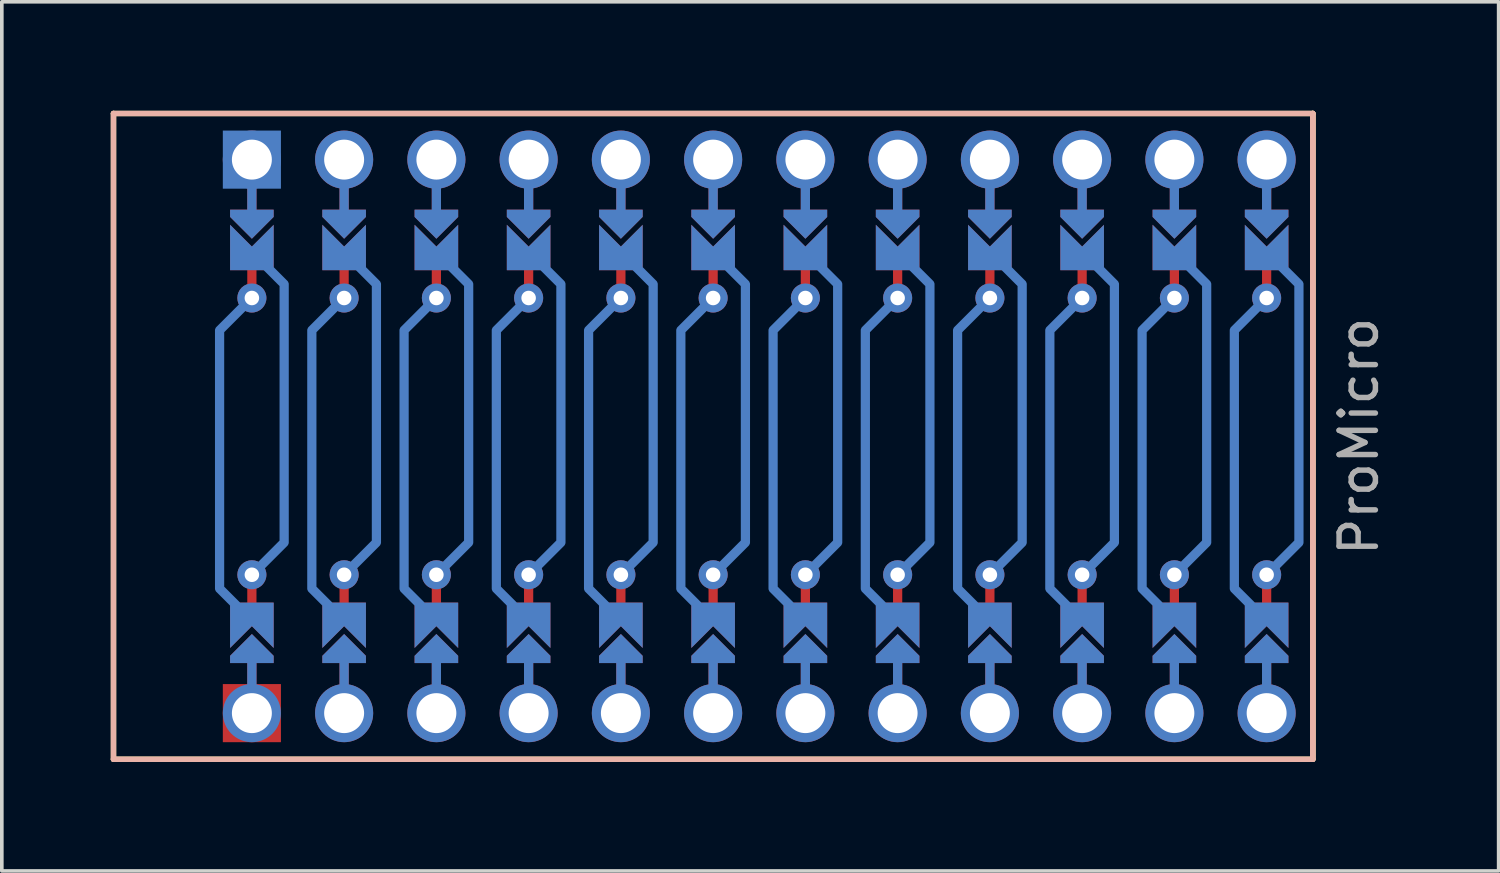
<source format=kicad_pcb>
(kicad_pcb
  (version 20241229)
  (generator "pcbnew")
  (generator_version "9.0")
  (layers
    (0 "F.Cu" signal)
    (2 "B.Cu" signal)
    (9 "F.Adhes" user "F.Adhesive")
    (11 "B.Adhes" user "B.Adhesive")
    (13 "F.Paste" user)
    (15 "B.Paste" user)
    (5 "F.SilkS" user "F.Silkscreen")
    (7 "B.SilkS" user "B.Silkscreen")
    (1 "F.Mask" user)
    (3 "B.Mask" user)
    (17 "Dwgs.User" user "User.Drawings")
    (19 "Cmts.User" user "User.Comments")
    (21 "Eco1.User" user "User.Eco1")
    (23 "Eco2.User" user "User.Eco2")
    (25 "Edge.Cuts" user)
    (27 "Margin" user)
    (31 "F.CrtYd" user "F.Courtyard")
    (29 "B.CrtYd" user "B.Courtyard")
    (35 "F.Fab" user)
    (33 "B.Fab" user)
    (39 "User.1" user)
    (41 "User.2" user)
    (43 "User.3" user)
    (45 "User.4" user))
  (footprint "ProMicro"
    (layer "F.Cu")
    (at 17.855 8.965)
    (property "Reference" "ProMicro" (at 16.51 -0.000001 90) (layer "F.Fab") (effects (font (size 1 1) (thickness 0.15))))
    (attr through_hole exclude_from_bom)
    (fp_line (start -13.97 -7.62) (end -13.97 -5.842) (stroke (width 0.254) (type default)) (layer "F.Cu"))
    (fp_line (start -13.97 7.62) (end -13.97 5.842) (stroke (width 0.254) (type default)) (layer "F.Cu"))
    (fp_line (start -11.43 -7.62) (end -11.43 -5.842) (stroke (width 0.254) (type default)) (layer "F.Cu"))
    (fp_line (start -11.43 7.62) (end -11.43 5.842) (stroke (width 0.254) (type default)) (layer "F.Cu"))
    (fp_line (start -8.89 -7.62) (end -8.89 -5.842) (stroke (width 0.254) (type default)) (layer "F.Cu"))
    (fp_line (start -8.89 7.62) (end -8.89 5.842) (stroke (width 0.254) (type default)) (layer "F.Cu"))
    (fp_line (start -6.35 -7.62) (end -6.35 -5.842) (stroke (width 0.254) (type default)) (layer "F.Cu"))
    (fp_line (start -6.35 7.62) (end -6.35 5.842) (stroke (width 0.254) (type default)) (layer "F.Cu"))
    (fp_line (start -3.81 -7.62) (end -3.81 -5.842) (stroke (width 0.254) (type default)) (layer "F.Cu"))
    (fp_line (start -3.81 7.62) (end -3.81 5.842) (stroke (width 0.254) (type default)) (layer "F.Cu"))
    (fp_line (start -1.27 -7.62) (end -1.27 -5.842) (stroke (width 0.254) (type default)) (layer "F.Cu"))
    (fp_line (start -1.27 7.62) (end -1.27 5.842) (stroke (width 0.254) (type default)) (layer "F.Cu"))
    (fp_line (start 1.27 -7.62) (end 1.27 -5.842) (stroke (width 0.254) (type default)) (layer "F.Cu"))
    (fp_line (start 1.27 7.62) (end 1.27 5.842) (stroke (width 0.254) (type default)) (layer "F.Cu"))
    (fp_line (start 3.81 -7.62) (end 3.81 -5.842) (stroke (width 0.254) (type default)) (layer "F.Cu"))
    (fp_line (start 3.81 7.62) (end 3.81 5.842) (stroke (width 0.254) (type default)) (layer "F.Cu"))
    (fp_line (start 6.35 -7.62) (end 6.35 -5.842) (stroke (width 0.254) (type default)) (layer "F.Cu"))
    (fp_line (start 6.35 7.62) (end 6.35 5.842) (stroke (width 0.254) (type default)) (layer "F.Cu"))
    (fp_line (start 8.89 -7.62) (end 8.89 -5.842) (stroke (width 0.254) (type default)) (layer "F.Cu"))
    (fp_line (start 8.89 7.62) (end 8.89 5.842) (stroke (width 0.254) (type default)) (layer "F.Cu"))
    (fp_line (start 11.43 -7.62) (end 11.43 -5.842) (stroke (width 0.254) (type default)) (layer "F.Cu"))
    (fp_line (start 11.43 7.62) (end 11.43 5.842) (stroke (width 0.254) (type default)) (layer "F.Cu"))
    (fp_line (start 13.97 -7.62) (end 13.97 -5.842) (stroke (width 0.254) (type default)) (layer "F.Cu"))
    (fp_line (start 13.97 7.62) (end 13.97 5.842) (stroke (width 0.254) (type default)) (layer "F.Cu"))
    (fp_poly (pts (xy -14.478 5.08) (xy -13.462 5.08) (xy -13.462 6.096) (xy -14.478 6.096)) (stroke (width 0.2) (type solid)) (fill yes) (layer "F.Mask"))
    (fp_poly (pts (xy -13.462 -5.08) (xy -14.478 -5.08) (xy -14.478 -6.096) (xy -13.462 -6.096)) (stroke (width 0.2) (type solid)) (fill yes) (layer "F.Mask"))
    (fp_poly (pts (xy -11.938 5.08) (xy -10.922 5.08) (xy -10.922 6.096) (xy -11.938 6.096)) (stroke (width 0.2) (type solid)) (fill yes) (layer "F.Mask"))
    (fp_poly (pts (xy -10.922 -5.08) (xy -11.938 -5.08) (xy -11.938 -6.096) (xy -10.922 -6.096)) (stroke (width 0.2) (type solid)) (fill yes) (layer "F.Mask"))
    (fp_poly (pts (xy -9.398 5.08) (xy -8.382 5.08) (xy -8.382 6.096) (xy -9.398 6.096)) (stroke (width 0.2) (type solid)) (fill yes) (layer "F.Mask"))
    (fp_poly (pts (xy -8.382 -5.08) (xy -9.398 -5.08) (xy -9.398 -6.096) (xy -8.382 -6.096)) (stroke (width 0.2) (type solid)) (fill yes) (layer "F.Mask"))
    (fp_poly (pts (xy -6.858 5.08) (xy -5.842 5.08) (xy -5.842 6.096) (xy -6.858 6.096)) (stroke (width 0.2) (type solid)) (fill yes) (layer "F.Mask"))
    (fp_poly (pts (xy -5.842 -5.08) (xy -6.858 -5.08) (xy -6.858 -6.096) (xy -5.842 -6.096)) (stroke (width 0.2) (type solid)) (fill yes) (layer "F.Mask"))
    (fp_poly (pts (xy -4.318 5.08) (xy -3.302 5.08) (xy -3.302 6.096) (xy -4.318 6.096)) (stroke (width 0.2) (type solid)) (fill yes) (layer "F.Mask"))
    (fp_poly (pts (xy -3.302 -5.08) (xy -4.318 -5.08) (xy -4.318 -6.096) (xy -3.302 -6.096)) (stroke (width 0.2) (type solid)) (fill yes) (layer "F.Mask"))
    (fp_poly (pts (xy -1.778 5.08) (xy -0.762 5.08) (xy -0.762 6.096) (xy -1.778 6.096)) (stroke (width 0.2) (type solid)) (fill yes) (layer "F.Mask"))
    (fp_poly (pts (xy -0.762 -5.08) (xy -1.778 -5.08) (xy -1.778 -6.096) (xy -0.762 -6.096)) (stroke (width 0.2) (type solid)) (fill yes) (layer "F.Mask"))
    (fp_poly (pts (xy 0.762 5.08) (xy 1.778 5.08) (xy 1.778 6.096) (xy 0.762 6.096)) (stroke (width 0.2) (type solid)) (fill yes) (layer "F.Mask"))
    (fp_poly (pts (xy 1.778 -5.08) (xy 0.762 -5.08) (xy 0.762 -6.096) (xy 1.778 -6.096)) (stroke (width 0.2) (type solid)) (fill yes) (layer "F.Mask"))
    (fp_poly (pts (xy 3.302 5.08) (xy 4.318 5.08) (xy 4.318 6.096) (xy 3.302 6.096)) (stroke (width 0.2) (type solid)) (fill yes) (layer "F.Mask"))
    (fp_poly (pts (xy 4.318 -5.08) (xy 3.302 -5.08) (xy 3.302 -6.096) (xy 4.318 -6.096)) (stroke (width 0.2) (type solid)) (fill yes) (layer "F.Mask"))
    (fp_poly (pts (xy 5.842 5.08) (xy 6.858 5.08) (xy 6.858 6.096) (xy 5.842 6.096)) (stroke (width 0.2) (type solid)) (fill yes) (layer "F.Mask"))
    (fp_poly (pts (xy 6.858 -5.08) (xy 5.842 -5.08) (xy 5.842 -6.096) (xy 6.858 -6.096)) (stroke (width 0.2) (type solid)) (fill yes) (layer "F.Mask"))
    (fp_poly (pts (xy 8.382 5.08) (xy 9.398 5.08) (xy 9.398 6.096) (xy 8.382 6.096)) (stroke (width 0.2) (type solid)) (fill yes) (layer "F.Mask"))
    (fp_poly (pts (xy 9.398 -5.08) (xy 8.382 -5.08) (xy 8.382 -6.096) (xy 9.398 -6.096)) (stroke (width 0.2) (type solid)) (fill yes) (layer "F.Mask"))
    (fp_poly (pts (xy 10.922 5.08) (xy 11.938 5.08) (xy 11.938 6.096) (xy 10.922 6.096)) (stroke (width 0.2) (type solid)) (fill yes) (layer "F.Mask"))
    (fp_poly (pts (xy 11.938 -5.08) (xy 10.922 -5.08) (xy 10.922 -6.096) (xy 11.938 -6.096)) (stroke (width 0.2) (type solid)) (fill yes) (layer "F.Mask"))
    (fp_poly (pts (xy 13.462 5.08) (xy 14.478 5.08) (xy 14.478 6.096) (xy 13.462 6.096)) (stroke (width 0.2) (type solid)) (fill yes) (layer "F.Mask"))
    (fp_poly (pts (xy 14.478 -5.08) (xy 13.462 -5.08) (xy 13.462 -6.096) (xy 14.478 -6.096)) (stroke (width 0.2) (type solid)) (fill yes) (layer "F.Mask"))
    (fp_line (start -13.97 -7.62) (end -13.97 -5.842) (stroke (width 0.254) (type default)) (layer "B.Cu"))
    (fp_line (start -13.97 7.62) (end -13.97 5.842) (stroke (width 0.254) (type default)) (layer "B.Cu"))
    (fp_line (start -11.43 -7.62) (end -11.43 -5.842) (stroke (width 0.254) (type default)) (layer "B.Cu"))
    (fp_line (start -11.43 7.62) (end -11.43 5.842) (stroke (width 0.254) (type default)) (layer "B.Cu"))
    (fp_line (start -8.89 -7.62) (end -8.89 -5.842) (stroke (width 0.254) (type default)) (layer "B.Cu"))
    (fp_line (start -8.89 7.62) (end -8.89 5.842) (stroke (width 0.254) (type default)) (layer "B.Cu"))
    (fp_line (start -6.35 -7.62) (end -6.35 -5.842) (stroke (width 0.254) (type default)) (layer "B.Cu"))
    (fp_line (start -6.35 7.62) (end -6.35 5.842) (stroke (width 0.254) (type default)) (layer "B.Cu"))
    (fp_line (start -3.81 -7.62) (end -3.81 -5.842) (stroke (width 0.254) (type default)) (layer "B.Cu"))
    (fp_line (start -3.81 7.62) (end -3.81 5.842) (stroke (width 0.254) (type default)) (layer "B.Cu"))
    (fp_line (start -1.27 -7.62) (end -1.27 -5.842) (stroke (width 0.254) (type default)) (layer "B.Cu"))
    (fp_line (start -1.27 7.62) (end -1.27 5.842) (stroke (width 0.254) (type default)) (layer "B.Cu"))
    (fp_line (start 1.27 -7.62) (end 1.27 -5.842) (stroke (width 0.254) (type default)) (layer "B.Cu"))
    (fp_line (start 1.27 7.62) (end 1.27 5.842) (stroke (width 0.254) (type default)) (layer "B.Cu"))
    (fp_line (start 3.81 -7.62) (end 3.81 -5.842) (stroke (width 0.254) (type default)) (layer "B.Cu"))
    (fp_line (start 3.81 7.62) (end 3.81 5.842) (stroke (width 0.254) (type default)) (layer "B.Cu"))
    (fp_line (start 6.35 -7.62) (end 6.35 -5.842) (stroke (width 0.254) (type default)) (layer "B.Cu"))
    (fp_line (start 6.35 7.62) (end 6.35 5.842) (stroke (width 0.254) (type default)) (layer "B.Cu"))
    (fp_line (start 8.89 -7.62) (end 8.89 -5.842) (stroke (width 0.254) (type default)) (layer "B.Cu"))
    (fp_line (start 8.89 7.62) (end 8.89 5.842) (stroke (width 0.254) (type default)) (layer "B.Cu"))
    (fp_line (start 11.43 -7.62) (end 11.43 -5.842) (stroke (width 0.254) (type default)) (layer "B.Cu"))
    (fp_line (start 11.43 7.62) (end 11.43 5.842) (stroke (width 0.254) (type default)) (layer "B.Cu"))
    (fp_line (start 13.97 -7.62) (end 13.97 -5.842) (stroke (width 0.254) (type default)) (layer "B.Cu"))
    (fp_line (start 13.97 7.62) (end 13.97 5.842) (stroke (width 0.254) (type default)) (layer "B.Cu"))
    (fp_poly (pts (xy -14.478 5.08) (xy -13.462 5.08) (xy -13.462 6.096) (xy -14.478 6.096)) (stroke (width 0.2) (type solid)) (fill yes) (layer "B.Mask"))
    (fp_poly (pts (xy -13.462 -5.08) (xy -14.478 -5.08) (xy -14.478 -6.096) (xy -13.462 -6.096)) (stroke (width 0.2) (type solid)) (fill yes) (layer "B.Mask"))
    (fp_poly (pts (xy -11.938 5.08) (xy -10.922 5.08) (xy -10.922 6.096) (xy -11.938 6.096)) (stroke (width 0.2) (type solid)) (fill yes) (layer "B.Mask"))
    (fp_poly (pts (xy -10.922 -5.08) (xy -11.938 -5.08) (xy -11.938 -6.096) (xy -10.922 -6.096)) (stroke (width 0.2) (type solid)) (fill yes) (layer "B.Mask"))
    (fp_poly (pts (xy -9.398 5.08) (xy -8.382 5.08) (xy -8.382 6.096) (xy -9.398 6.096)) (stroke (width 0.2) (type solid)) (fill yes) (layer "B.Mask"))
    (fp_poly (pts (xy -8.382 -5.08) (xy -9.398 -5.08) (xy -9.398 -6.096) (xy -8.382 -6.096)) (stroke (width 0.2) (type solid)) (fill yes) (layer "B.Mask"))
    (fp_poly (pts (xy -6.858 5.08) (xy -5.842 5.08) (xy -5.842 6.096) (xy -6.858 6.096)) (stroke (width 0.2) (type solid)) (fill yes) (layer "B.Mask"))
    (fp_poly (pts (xy -5.842 -5.08) (xy -6.858 -5.08) (xy -6.858 -6.096) (xy -5.842 -6.096)) (stroke (width 0.2) (type solid)) (fill yes) (layer "B.Mask"))
    (fp_poly (pts (xy -4.318 5.08) (xy -3.302 5.08) (xy -3.302 6.096) (xy -4.318 6.096)) (stroke (width 0.2) (type solid)) (fill yes) (layer "B.Mask"))
    (fp_poly (pts (xy -3.302 -5.08) (xy -4.318 -5.08) (xy -4.318 -6.096) (xy -3.302 -6.096)) (stroke (width 0.2) (type solid)) (fill yes) (layer "B.Mask"))
    (fp_poly (pts (xy -1.778 5.08) (xy -0.762 5.08) (xy -0.762 6.096) (xy -1.778 6.096)) (stroke (width 0.2) (type solid)) (fill yes) (layer "B.Mask"))
    (fp_poly (pts (xy -0.762 -5.08) (xy -1.778 -5.08) (xy -1.778 -6.096) (xy -0.762 -6.096)) (stroke (width 0.2) (type solid)) (fill yes) (layer "B.Mask"))
    (fp_poly (pts (xy 0.762 5.08) (xy 1.778 5.08) (xy 1.778 6.096) (xy 0.762 6.096)) (stroke (width 0.2) (type solid)) (fill yes) (layer "B.Mask"))
    (fp_poly (pts (xy 1.778 -5.08) (xy 0.762 -5.08) (xy 0.762 -6.096) (xy 1.778 -6.096)) (stroke (width 0.2) (type solid)) (fill yes) (layer "B.Mask"))
    (fp_poly (pts (xy 3.302 5.08) (xy 4.318 5.08) (xy 4.318 6.096) (xy 3.302 6.096)) (stroke (width 0.2) (type solid)) (fill yes) (layer "B.Mask"))
    (fp_poly (pts (xy 4.318 -5.08) (xy 3.302 -5.08) (xy 3.302 -6.096) (xy 4.318 -6.096)) (stroke (width 0.2) (type solid)) (fill yes) (layer "B.Mask"))
    (fp_poly (pts (xy 5.842 5.08) (xy 6.858 5.08) (xy 6.858 6.096) (xy 5.842 6.096)) (stroke (width 0.2) (type solid)) (fill yes) (layer "B.Mask"))
    (fp_poly (pts (xy 6.858 -5.08) (xy 5.842 -5.08) (xy 5.842 -6.096) (xy 6.858 -6.096)) (stroke (width 0.2) (type solid)) (fill yes) (layer "B.Mask"))
    (fp_poly (pts (xy 8.382 5.08) (xy 9.398 5.08) (xy 9.398 6.096) (xy 8.382 6.096)) (stroke (width 0.2) (type solid)) (fill yes) (layer "B.Mask"))
    (fp_poly (pts (xy 9.398 -5.08) (xy 8.382 -5.08) (xy 8.382 -6.096) (xy 9.398 -6.096)) (stroke (width 0.2) (type solid)) (fill yes) (layer "B.Mask"))
    (fp_poly (pts (xy 10.922 5.08) (xy 11.938 5.08) (xy 11.938 6.096) (xy 10.922 6.096)) (stroke (width 0.2) (type solid)) (fill yes) (layer "B.Mask"))
    (fp_poly (pts (xy 11.938 -5.08) (xy 10.922 -5.08) (xy 10.922 -6.096) (xy 11.938 -6.096)) (stroke (width 0.2) (type solid)) (fill yes) (layer "B.Mask"))
    (fp_poly (pts (xy 13.462 5.08) (xy 14.478 5.08) (xy 14.478 6.096) (xy 13.462 6.096)) (stroke (width 0.2) (type solid)) (fill yes) (layer "B.Mask"))
    (fp_poly (pts (xy 14.478 -5.08) (xy 13.462 -5.08) (xy 13.462 -6.096) (xy 14.478 -6.096)) (stroke (width 0.2) (type solid)) (fill yes) (layer "B.Mask"))
    (fp_line (start -17.78 -8.89) (end 15.24 -8.89) (stroke (width 0.15) (type solid)) (layer "F.SilkS"))
    (fp_line (start -17.78 8.89) (end -17.78 -8.89) (stroke (width 0.15) (type solid)) (layer "F.SilkS"))
    (fp_line (start -17.78 8.89) (end 15.24 8.89) (stroke (width 0.15) (type solid)) (layer "F.SilkS"))
    (fp_line (start 15.24 -8.89) (end 15.24 8.89) (stroke (width 0.15) (type solid)) (layer "F.SilkS"))
    (fp_line (start 15.24 -8.89) (end 15.24 8.89) (stroke (width 0.15) (type solid)) (layer "F.SilkS"))
    (fp_line (start -17.78 -8.89) (end 15.24 -8.89) (stroke (width 0.15) (type solid)) (layer "B.SilkS"))
    (fp_line (start -17.78 8.89) (end -17.78 -8.89) (stroke (width 0.15) (type solid)) (layer "B.SilkS"))
    (fp_line (start -17.78 8.89) (end 15.24 8.89) (stroke (width 0.15) (type solid)) (layer "B.SilkS"))
    (fp_line (start 15.24 -8.89) (end 15.24 8.89) (stroke (width 0.15) (type solid)) (layer "B.SilkS"))
    (fp_line (start 15.24 -8.89) (end 15.24 8.89) (stroke (width 0.15) (type solid)) (layer "B.SilkS"))
    (pad "" thru_hole circle (at -13.97 -7.62) (size 1.6 1.6) (drill 1.1) (layers "*.Cu" "*.Paste" "*.Mask"))
    (pad "" smd rect (at -13.97 -7.62) (size 1.6 1.6) (layers "B.Cu" "B.Mask" "B.Paste"))
    (pad "" smd custom (at -13.97 -5.842) (size 0.1 0.1) (layers "F.Cu" "F.Mask") (options (anchor rect)) (primitives (gr_poly (pts (xy 0.6 -0.4) (xy -0.6 -0.4) (xy -0.6 -0.2) (xy 0 0.4) (xy 0.6 -0.2)) (width 0) (fill yes))))
    (pad "" smd custom (at -13.97 -5.842) (size 0.1 0.1) (layers "B.Cu" "B.Mask") (options (anchor rect)) (primitives (gr_poly (pts (xy 0.6 -0.4) (xy -0.6 -0.4) (xy -0.6 -0.2) (xy 0 0.4) (xy 0.6 -0.2)) (width 0) (fill yes))))
    (pad "" smd custom (at -13.97 5.842 180) (size 0.1 0.1) (layers "F.Cu" "F.Mask") (options (anchor rect)) (primitives (gr_poly (pts (xy 0.6 -0.4) (xy -0.6 -0.4) (xy -0.6 -0.2) (xy 0 0.4) (xy 0.6 -0.2)) (width 0) (fill yes))))
    (pad "" smd custom (at -13.97 5.842 180) (size 0.1 0.1) (layers "B.Cu" "B.Mask") (options (anchor rect)) (primitives (gr_poly (pts (xy 0.6 -0.4) (xy -0.6 -0.4) (xy -0.6 -0.2) (xy 0 0.4) (xy 0.6 -0.2)) (width 0) (fill yes))))
    (pad "" thru_hole circle (at -13.97 7.62) (size 1.6 1.6) (drill 1.1) (layers "*.Cu" "*.Paste" "*.Mask"))
    (pad "" smd rect (at -13.97 7.62 270) (size 1.6 1.6) (layers "F.Cu" "F.Mask" "F.Paste"))
    (pad "" thru_hole circle (at -11.43 -7.62) (size 1.6 1.6) (drill 1.1) (layers "*.Cu" "*.Paste" "*.Mask"))
    (pad "" smd custom (at -11.43 -5.842) (size 0.1 0.1) (layers "F.Cu" "F.Mask") (options (anchor rect)) (primitives (gr_poly (pts (xy 0.6 -0.4) (xy -0.6 -0.4) (xy -0.6 -0.2) (xy 0 0.4) (xy 0.6 -0.2)) (width 0) (fill yes))))
    (pad "" smd custom (at -11.43 -5.842) (size 0.1 0.1) (layers "B.Cu" "B.Mask") (options (anchor rect)) (primitives (gr_poly (pts (xy 0.6 -0.4) (xy -0.6 -0.4) (xy -0.6 -0.2) (xy 0 0.4) (xy 0.6 -0.2)) (width 0) (fill yes))))
    (pad "" smd custom (at -11.43 5.842 180) (size 0.1 0.1) (layers "F.Cu" "F.Mask") (options (anchor rect)) (primitives (gr_poly (pts (xy 0.6 -0.4) (xy -0.6 -0.4) (xy -0.6 -0.2) (xy 0 0.4) (xy 0.6 -0.2)) (width 0) (fill yes))))
    (pad "" smd custom (at -11.43 5.842 180) (size 0.1 0.1) (layers "B.Cu" "B.Mask") (options (anchor rect)) (primitives (gr_poly (pts (xy 0.6 -0.4) (xy -0.6 -0.4) (xy -0.6 -0.2) (xy 0 0.4) (xy 0.6 -0.2)) (width 0) (fill yes))))
    (pad "" thru_hole circle (at -11.43 7.62) (size 1.6 1.6) (drill 1.1) (layers "*.Cu" "*.Paste" "*.Mask"))
    (pad "" thru_hole circle (at -8.89 -7.62) (size 1.6 1.6) (drill 1.1) (layers "*.Cu" "*.Paste" "*.Mask"))
    (pad "" smd custom (at -8.89 -5.842) (size 0.1 0.1) (layers "F.Cu" "F.Mask") (options (anchor rect)) (primitives (gr_poly (pts (xy 0.6 -0.4) (xy -0.6 -0.4) (xy -0.6 -0.2) (xy 0 0.4) (xy 0.6 -0.2)) (width 0) (fill yes))))
    (pad "" smd custom (at -8.89 -5.842) (size 0.1 0.1) (layers "B.Cu" "B.Mask") (options (anchor rect)) (primitives (gr_poly (pts (xy 0.6 -0.4) (xy -0.6 -0.4) (xy -0.6 -0.2) (xy 0 0.4) (xy 0.6 -0.2)) (width 0) (fill yes))))
    (pad "" smd custom (at -8.89 5.842 180) (size 0.1 0.1) (layers "F.Cu" "F.Mask") (options (anchor rect)) (primitives (gr_poly (pts (xy 0.6 -0.4) (xy -0.6 -0.4) (xy -0.6 -0.2) (xy 0 0.4) (xy 0.6 -0.2)) (width 0) (fill yes))))
    (pad "" smd custom (at -8.89 5.842 180) (size 0.1 0.1) (layers "B.Cu" "B.Mask") (options (anchor rect)) (primitives (gr_poly (pts (xy 0.6 -0.4) (xy -0.6 -0.4) (xy -0.6 -0.2) (xy 0 0.4) (xy 0.6 -0.2)) (width 0) (fill yes))))
    (pad "" thru_hole circle (at -8.89 7.62) (size 1.6 1.6) (drill 1.1) (layers "*.Cu" "*.Paste" "*.Mask"))
    (pad "" thru_hole circle (at -6.35 -7.62) (size 1.6 1.6) (drill 1.1) (layers "*.Cu" "*.Paste" "*.Mask"))
    (pad "" smd custom (at -6.35 -5.842) (size 0.1 0.1) (layers "F.Cu" "F.Mask") (options (anchor rect)) (primitives (gr_poly (pts (xy 0.6 -0.4) (xy -0.6 -0.4) (xy -0.6 -0.2) (xy 0 0.4) (xy 0.6 -0.2)) (width 0) (fill yes))))
    (pad "" smd custom (at -6.35 -5.842) (size 0.1 0.1) (layers "B.Cu" "B.Mask") (options (anchor rect)) (primitives (gr_poly (pts (xy 0.6 -0.4) (xy -0.6 -0.4) (xy -0.6 -0.2) (xy 0 0.4) (xy 0.6 -0.2)) (width 0) (fill yes))))
    (pad "" smd custom (at -6.35 5.842 180) (size 0.1 0.1) (layers "F.Cu" "F.Mask") (options (anchor rect)) (primitives (gr_poly (pts (xy 0.6 -0.4) (xy -0.6 -0.4) (xy -0.6 -0.2) (xy 0 0.4) (xy 0.6 -0.2)) (width 0) (fill yes))))
    (pad "" smd custom (at -6.35 5.842 180) (size 0.1 0.1) (layers "B.Cu" "B.Mask") (options (anchor rect)) (primitives (gr_poly (pts (xy 0.6 -0.4) (xy -0.6 -0.4) (xy -0.6 -0.2) (xy 0 0.4) (xy 0.6 -0.2)) (width 0) (fill yes))))
    (pad "" thru_hole circle (at -6.35 7.62) (size 1.6 1.6) (drill 1.1) (layers "*.Cu" "*.Paste" "*.Mask"))
    (pad "" thru_hole circle (at -3.81 -7.62) (size 1.6 1.6) (drill 1.1) (layers "*.Cu" "*.Paste" "*.Mask"))
    (pad "" smd custom (at -3.81 -5.842) (size 0.1 0.1) (layers "F.Cu" "F.Mask") (options (anchor rect)) (primitives (gr_poly (pts (xy 0.6 -0.4) (xy -0.6 -0.4) (xy -0.6 -0.2) (xy 0 0.4) (xy 0.6 -0.2)) (width 0) (fill yes))))
    (pad "" smd custom (at -3.81 -5.842) (size 0.1 0.1) (layers "B.Cu" "B.Mask") (options (anchor rect)) (primitives (gr_poly (pts (xy 0.6 -0.4) (xy -0.6 -0.4) (xy -0.6 -0.2) (xy 0 0.4) (xy 0.6 -0.2)) (width 0) (fill yes))))
    (pad "" smd custom (at -3.81 5.842 180) (size 0.1 0.1) (layers "F.Cu" "F.Mask") (options (anchor rect)) (primitives (gr_poly (pts (xy 0.6 -0.4) (xy -0.6 -0.4) (xy -0.6 -0.2) (xy 0 0.4) (xy 0.6 -0.2)) (width 0) (fill yes))))
    (pad "" smd custom (at -3.81 5.842 180) (size 0.1 0.1) (layers "B.Cu" "B.Mask") (options (anchor rect)) (primitives (gr_poly (pts (xy 0.6 -0.4) (xy -0.6 -0.4) (xy -0.6 -0.2) (xy 0 0.4) (xy 0.6 -0.2)) (width 0) (fill yes))))
    (pad "" thru_hole circle (at -3.81 7.62) (size 1.6 1.6) (drill 1.1) (layers "*.Cu" "*.Paste" "*.Mask"))
    (pad "" thru_hole circle (at -1.27 -7.62) (size 1.6 1.6) (drill 1.1) (layers "*.Cu" "*.Paste" "*.Mask"))
    (pad "" smd custom (at -1.27 -5.842) (size 0.1 0.1) (layers "F.Cu" "F.Mask") (options (anchor rect)) (primitives (gr_poly (pts (xy 0.6 -0.4) (xy -0.6 -0.4) (xy -0.6 -0.2) (xy 0 0.4) (xy 0.6 -0.2)) (width 0) (fill yes))))
    (pad "" smd custom (at -1.27 -5.842) (size 0.1 0.1) (layers "B.Cu" "B.Mask") (options (anchor rect)) (primitives (gr_poly (pts (xy 0.6 -0.4) (xy -0.6 -0.4) (xy -0.6 -0.2) (xy 0 0.4) (xy 0.6 -0.2)) (width 0) (fill yes))))
    (pad "" smd custom (at -1.27 5.842 180) (size 0.1 0.1) (layers "F.Cu" "F.Mask") (options (anchor rect)) (primitives (gr_poly (pts (xy 0.6 -0.4) (xy -0.6 -0.4) (xy -0.6 -0.2) (xy 0 0.4) (xy 0.6 -0.2)) (width 0) (fill yes))))
    (pad "" smd custom (at -1.27 5.842 180) (size 0.1 0.1) (layers "B.Cu" "B.Mask") (options (anchor rect)) (primitives (gr_poly (pts (xy 0.6 -0.4) (xy -0.6 -0.4) (xy -0.6 -0.2) (xy 0 0.4) (xy 0.6 -0.2)) (width 0) (fill yes))))
    (pad "" thru_hole circle (at -1.27 7.62) (size 1.6 1.6) (drill 1.1) (layers "*.Cu" "*.Paste" "*.Mask"))
    (pad "" thru_hole circle (at 1.27 -7.62) (size 1.6 1.6) (drill 1.1) (layers "*.Cu" "*.Paste" "*.Mask"))
    (pad "" smd custom (at 1.27 -5.842) (size 0.1 0.1) (layers "F.Cu" "F.Mask") (options (anchor rect)) (primitives (gr_poly (pts (xy 0.6 -0.4) (xy -0.6 -0.4) (xy -0.6 -0.2) (xy 0 0.4) (xy 0.6 -0.2)) (width 0) (fill yes))))
    (pad "" smd custom (at 1.27 -5.842) (size 0.1 0.1) (layers "B.Cu" "B.Mask") (options (anchor rect)) (primitives (gr_poly (pts (xy 0.6 -0.4) (xy -0.6 -0.4) (xy -0.6 -0.2) (xy 0 0.4) (xy 0.6 -0.2)) (width 0) (fill yes))))
    (pad "" smd custom (at 1.27 5.842 180) (size 0.1 0.1) (layers "F.Cu" "F.Mask") (options (anchor rect)) (primitives (gr_poly (pts (xy 0.6 -0.4) (xy -0.6 -0.4) (xy -0.6 -0.2) (xy 0 0.4) (xy 0.6 -0.2)) (width 0) (fill yes))))
    (pad "" smd custom (at 1.27 5.842 180) (size 0.1 0.1) (layers "B.Cu" "B.Mask") (options (anchor rect)) (primitives (gr_poly (pts (xy 0.6 -0.4) (xy -0.6 -0.4) (xy -0.6 -0.2) (xy 0 0.4) (xy 0.6 -0.2)) (width 0) (fill yes))))
    (pad "" thru_hole circle (at 1.27 7.62) (size 1.6 1.6) (drill 1.1) (layers "*.Cu" "*.Paste" "*.Mask"))
    (pad "" thru_hole circle (at 3.81 -7.62) (size 1.6 1.6) (drill 1.1) (layers "*.Cu" "*.Paste" "*.Mask"))
    (pad "" smd custom (at 3.81 -5.842) (size 0.1 0.1) (layers "F.Cu" "F.Mask") (options (anchor rect)) (primitives (gr_poly (pts (xy 0.6 -0.4) (xy -0.6 -0.4) (xy -0.6 -0.2) (xy 0 0.4) (xy 0.6 -0.2)) (width 0) (fill yes))))
    (pad "" smd custom (at 3.81 -5.842) (size 0.1 0.1) (layers "B.Cu" "B.Mask") (options (anchor rect)) (primitives (gr_poly (pts (xy 0.6 -0.4) (xy -0.6 -0.4) (xy -0.6 -0.2) (xy 0 0.4) (xy 0.6 -0.2)) (width 0) (fill yes))))
    (pad "" smd custom (at 3.81 5.842 180) (size 0.1 0.1) (layers "F.Cu" "F.Mask") (options (anchor rect)) (primitives (gr_poly (pts (xy 0.6 -0.4) (xy -0.6 -0.4) (xy -0.6 -0.2) (xy 0 0.4) (xy 0.6 -0.2)) (width 0) (fill yes))))
    (pad "" smd custom (at 3.81 5.842 180) (size 0.1 0.1) (layers "B.Cu" "B.Mask") (options (anchor rect)) (primitives (gr_poly (pts (xy 0.6 -0.4) (xy -0.6 -0.4) (xy -0.6 -0.2) (xy 0 0.4) (xy 0.6 -0.2)) (width 0) (fill yes))))
    (pad "" thru_hole circle (at 3.81 7.62) (size 1.6 1.6) (drill 1.1) (layers "*.Cu" "*.Paste" "*.Mask"))
    (pad "" thru_hole circle (at 6.35 -7.62) (size 1.6 1.6) (drill 1.1) (layers "*.Cu" "*.Paste" "*.Mask"))
    (pad "" smd custom (at 6.35 -5.842) (size 0.1 0.1) (layers "F.Cu" "F.Mask") (options (anchor rect)) (primitives (gr_poly (pts (xy 0.6 -0.4) (xy -0.6 -0.4) (xy -0.6 -0.2) (xy 0 0.4) (xy 0.6 -0.2)) (width 0) (fill yes))))
    (pad "" smd custom (at 6.35 -5.842) (size 0.1 0.1) (layers "B.Cu" "B.Mask") (options (anchor rect)) (primitives (gr_poly (pts (xy 0.6 -0.4) (xy -0.6 -0.4) (xy -0.6 -0.2) (xy 0 0.4) (xy 0.6 -0.2)) (width 0) (fill yes))))
    (pad "" smd custom (at 6.35 5.842 180) (size 0.1 0.1) (layers "F.Cu" "F.Mask") (options (anchor rect)) (primitives (gr_poly (pts (xy 0.6 -0.4) (xy -0.6 -0.4) (xy -0.6 -0.2) (xy 0 0.4) (xy 0.6 -0.2)) (width 0) (fill yes))))
    (pad "" smd custom (at 6.35 5.842 180) (size 0.1 0.1) (layers "B.Cu" "B.Mask") (options (anchor rect)) (primitives (gr_poly (pts (xy 0.6 -0.4) (xy -0.6 -0.4) (xy -0.6 -0.2) (xy 0 0.4) (xy 0.6 -0.2)) (width 0) (fill yes))))
    (pad "" thru_hole circle (at 6.35 7.62) (size 1.6 1.6) (drill 1.1) (layers "*.Cu" "*.Paste" "*.Mask"))
    (pad "" thru_hole circle (at 8.89 -7.62) (size 1.6 1.6) (drill 1.1) (layers "*.Cu" "*.Paste" "*.Mask"))
    (pad "" smd custom (at 8.89 -5.842) (size 0.1 0.1) (layers "F.Cu" "F.Mask") (options (anchor rect)) (primitives (gr_poly (pts (xy 0.6 -0.4) (xy -0.6 -0.4) (xy -0.6 -0.2) (xy 0 0.4) (xy 0.6 -0.2)) (width 0) (fill yes))))
    (pad "" smd custom (at 8.89 -5.842) (size 0.1 0.1) (layers "B.Cu" "B.Mask") (options (anchor rect)) (primitives (gr_poly (pts (xy 0.6 -0.4) (xy -0.6 -0.4) (xy -0.6 -0.2) (xy 0 0.4) (xy 0.6 -0.2)) (width 0) (fill yes))))
    (pad "" smd custom (at 8.89 5.842 180) (size 0.1 0.1) (layers "F.Cu" "F.Mask") (options (anchor rect)) (primitives (gr_poly (pts (xy 0.6 -0.4) (xy -0.6 -0.4) (xy -0.6 -0.2) (xy 0 0.4) (xy 0.6 -0.2)) (width 0) (fill yes))))
    (pad "" smd custom (at 8.89 5.842 180) (size 0.1 0.1) (layers "B.Cu" "B.Mask") (options (anchor rect)) (primitives (gr_poly (pts (xy 0.6 -0.4) (xy -0.6 -0.4) (xy -0.6 -0.2) (xy 0 0.4) (xy 0.6 -0.2)) (width 0) (fill yes))))
    (pad "" thru_hole circle (at 8.89 7.62) (size 1.6 1.6) (drill 1.1) (layers "*.Cu" "*.Paste" "*.Mask"))
    (pad "" thru_hole circle (at 11.43 -7.62) (size 1.6 1.6) (drill 1.1) (layers "*.Cu" "*.Paste" "*.Mask"))
    (pad "" smd custom (at 11.43 -5.842) (size 0.1 0.1) (layers "F.Cu" "F.Mask") (options (anchor rect)) (primitives (gr_poly (pts (xy 0.6 -0.4) (xy -0.6 -0.4) (xy -0.6 -0.2) (xy 0 0.4) (xy 0.6 -0.2)) (width 0) (fill yes))))
    (pad "" smd custom (at 11.43 -5.842) (size 0.1 0.1) (layers "B.Cu" "B.Mask") (options (anchor rect)) (primitives (gr_poly (pts (xy 0.6 -0.4) (xy -0.6 -0.4) (xy -0.6 -0.2) (xy 0 0.4) (xy 0.6 -0.2)) (width 0) (fill yes))))
    (pad "" smd custom (at 11.43 5.842 180) (size 0.1 0.1) (layers "F.Cu" "F.Mask") (options (anchor rect)) (primitives (gr_poly (pts (xy 0.6 -0.4) (xy -0.6 -0.4) (xy -0.6 -0.2) (xy 0 0.4) (xy 0.6 -0.2)) (width 0) (fill yes))))
    (pad "" smd custom (at 11.43 5.842 180) (size 0.1 0.1) (layers "B.Cu" "B.Mask") (options (anchor rect)) (primitives (gr_poly (pts (xy 0.6 -0.4) (xy -0.6 -0.4) (xy -0.6 -0.2) (xy 0 0.4) (xy 0.6 -0.2)) (width 0) (fill yes))))
    (pad "" thru_hole circle (at 11.43 7.62) (size 1.6 1.6) (drill 1.1) (layers "*.Cu" "*.Paste" "*.Mask"))
    (pad "" thru_hole circle (at 13.97 -7.62) (size 1.6 1.6) (drill 1.1) (layers "*.Cu" "*.Paste" "*.Mask"))
    (pad "" smd custom (at 13.97 -5.842) (size 0.1 0.1) (layers "F.Cu" "F.Mask") (options (anchor rect)) (primitives (gr_poly (pts (xy 0.6 -0.4) (xy -0.6 -0.4) (xy -0.6 -0.2) (xy 0 0.4) (xy 0.6 -0.2)) (width 0) (fill yes))))
    (pad "" smd custom (at 13.97 -5.842) (size 0.1 0.1) (layers "B.Cu" "B.Mask") (options (anchor rect)) (primitives (gr_poly (pts (xy 0.6 -0.4) (xy -0.6 -0.4) (xy -0.6 -0.2) (xy 0 0.4) (xy 0.6 -0.2)) (width 0) (fill yes))))
    (pad "" smd custom (at 13.97 5.842 180) (size 0.1 0.1) (layers "F.Cu" "F.Mask") (options (anchor rect)) (primitives (gr_poly (pts (xy 0.6 -0.4) (xy -0.6 -0.4) (xy -0.6 -0.2) (xy 0 0.4) (xy 0.6 -0.2)) (width 0) (fill yes))))
    (pad "" smd custom (at 13.97 5.842 180) (size 0.1 0.1) (layers "B.Cu" "B.Mask") (options (anchor rect)) (primitives (gr_poly (pts (xy 0.6 -0.4) (xy -0.6 -0.4) (xy -0.6 -0.2) (xy 0 0.4) (xy 0.6 -0.2)) (width 0) (fill yes))))
    (pad "" thru_hole circle (at 13.97 7.62) (size 1.6 1.6) (drill 1.1) (layers "*.Cu" "*.Paste" "*.Mask"))
    (pad "1" smd custom (at -13.97 4.826 180) (size 1.2 0.5) (layers "B.Cu") (options (anchor rect)) (primitives (gr_poly (pts (xy 0.6 0) (xy -0.6 0) (xy -0.6 -1) (xy 0 -0.4) (xy 0.6 -1)) (width 0) (fill yes)) (gr_line (start 0.889 0.635) (end -0.000001 -0.254) (width 0.254)) (gr_line (start 0.889 7.747) (end 0.889 0.635) (width 0.254)) (gr_line (start 0.889 7.747) (end -0.000001 8.636) (width 0.254))))
    (pad "1" thru_hole circle (at -13.97 -3.81 180) (size 0.8 0.8) (drill 0.4) (layers "*.Cu"))
    (pad "1" smd custom (at -13.97 -4.826) (size 1.2 0.5) (layers "F.Cu") (options (anchor rect)) (primitives (gr_poly (pts (xy 0.6 0) (xy -0.6 0) (xy -0.6 -1) (xy 0 -0.4) (xy 0.6 -1)) (width 0) (fill yes)) (gr_line (start -0.000001 1.016) (end -0.000001 -0.254) (width 0.254))))
    (pad "2" smd custom (at -11.43 -4.826) (size 1.2 0.5) (layers "F.Cu") (options (anchor rect)) (primitives (gr_poly (pts (xy 0.6 0) (xy -0.6 0) (xy -0.6 -1) (xy 0 -0.4) (xy 0.6 -1)) (width 0) (fill yes)) (gr_line (start 0 1.016) (end 0 -0.254) (width 0.254))))
    (pad "2" thru_hole circle (at -11.43 -3.81 180) (size 0.8 0.8) (drill 0.4) (layers "*.Cu"))
    (pad "2" smd custom (at -11.43 4.826 180) (size 1.2 0.5) (layers "B.Cu") (options (anchor rect)) (primitives (gr_poly (pts (xy 0.6 0) (xy -0.6 0) (xy -0.6 -1) (xy 0 -0.4) (xy 0.6 -1)) (width 0) (fill yes)) (gr_line (start 0.889 0.635) (end 0 -0.254) (width 0.254)) (gr_line (start 0.889 7.747) (end 0.889 0.635) (width 0.254)) (gr_line (start 0.889 7.747) (end 0 8.636) (width 0.254))))
    (pad "3" smd custom (at -8.89 -4.826) (size 1.2 0.5) (layers "F.Cu") (options (anchor rect)) (primitives (gr_poly (pts (xy 0.6 0) (xy -0.6 0) (xy -0.6 -1) (xy 0 -0.4) (xy 0.6 -1)) (width 0) (fill yes)) (gr_line (start 0.000001 1.016) (end -0.000001 -0.254) (width 0.254))))
    (pad "3" smd custom (at -8.89 4.826 180) (size 1.2 0.5) (layers "B.Cu") (options (anchor rect)) (primitives (gr_poly (pts (xy 0.6 0) (xy -0.6 0) (xy -0.6 -1) (xy 0 -0.4) (xy 0.6 -1)) (width 0) (fill yes)) (gr_line (start 0.889 0.635) (end -0.000001 -0.254) (width 0.254)) (gr_line (start 0.889 7.747) (end 0.889 0.635) (width 0.254)) (gr_line (start 0.889 7.747) (end -0.000001 8.636) (width 0.254))))
    (pad "3" thru_hole circle (at -8.89 -3.81 180) (size 0.8 0.8) (drill 0.4) (layers "*.Cu"))
    (pad "4" smd custom (at -6.35 -4.826) (size 1.2 0.5) (layers "F.Cu") (options (anchor rect)) (primitives (gr_poly (pts (xy 0.6 0) (xy -0.6 0) (xy -0.6 -1) (xy 0 -0.4) (xy 0.6 -1)) (width 0) (fill yes)) (gr_line (start 0.000001 1.016) (end 0.000001 -0.254) (width 0.254))))
    (pad "4" thru_hole circle (at -6.35 -3.81 180) (size 0.8 0.8) (drill 0.4) (layers "*.Cu"))
    (pad "4" smd custom (at -6.35 4.826 180) (size 1.2 0.5) (layers "B.Cu") (options (anchor rect)) (primitives (gr_poly (pts (xy 0.6 0) (xy -0.6 0) (xy -0.6 -1) (xy 0 -0.4) (xy 0.6 -1)) (width 0) (fill yes)) (gr_line (start 0.889 0.635) (end 0 -0.254) (width 0.254)) (gr_line (start 0.889 7.747) (end 0.889 0.635) (width 0.254)) (gr_line (start 0.889 7.747) (end 0 8.636) (width 0.254))))
    (pad "5" smd custom (at -3.81 4.826 180) (size 1.2 0.5) (layers "B.Cu") (options (anchor rect)) (primitives (gr_poly (pts (xy 0.6 0) (xy -0.6 0) (xy -0.6 -1) (xy 0 -0.4) (xy 0.6 -1)) (width 0) (fill yes)) (gr_line (start 0.889 0.635) (end -0.000001 -0.254) (width 0.254)) (gr_line (start 0.889 7.747) (end 0.889 0.635) (width 0.254)) (gr_line (start 0.889 7.747) (end -0.000001 8.636) (width 0.254))))
    (pad "5" thru_hole circle (at -3.81 -3.81 180) (size 0.8 0.8) (drill 0.4) (layers "*.Cu"))
    (pad "5" smd custom (at -3.81 -4.826) (size 1.2 0.5) (layers "F.Cu") (options (anchor rect)) (primitives (gr_poly (pts (xy 0.6 0) (xy -0.6 0) (xy -0.6 -1) (xy 0 -0.4) (xy 0.6 -1)) (width 0) (fill yes)) (gr_line (start -0.000001 1.016) (end -0.000001 -0.254) (width 0.254))))
    (pad "6" smd custom (at -1.27 -4.826) (size 1.2 0.5) (layers "F.Cu") (options (anchor rect)) (primitives (gr_poly (pts (xy 0.6 0) (xy -0.6 0) (xy -0.6 -1) (xy 0 -0.4) (xy 0.6 -1)) (width 0) (fill yes)) (gr_line (start 0.000002 1.016) (end 0.000001 -0.254) (width 0.254))))
    (pad "6" smd custom (at -1.27 4.826 180) (size 1.2 0.5) (layers "B.Cu") (options (anchor rect)) (primitives (gr_poly (pts (xy 0.6 0) (xy -0.6 0) (xy -0.6 -1) (xy 0 -0.4) (xy 0.6 -1)) (width 0) (fill yes)) (gr_line (start 0.889 0.635) (end 0 -0.254) (width 0.254)) (gr_line (start 0.889 7.747) (end 0.889 0.635) (width 0.254)) (gr_line (start 0.889 7.747) (end -0.000001 8.636) (width 0.254))))
    (pad "6" thru_hole circle (at -1.27 -3.81 180) (size 0.8 0.8) (drill 0.4) (layers "*.Cu"))
    (pad "7" smd custom (at 1.27 -4.826) (size 1.2 0.5) (layers "F.Cu") (options (anchor rect)) (primitives (gr_poly (pts (xy 0.6 0) (xy -0.6 0) (xy -0.6 -1) (xy 0 -0.4) (xy 0.6 -1)) (width 0) (fill yes)) (gr_line (start 0.000004 1.016) (end 0 -0.254) (width 0.254))))
    (pad "7" smd custom (at 1.27 4.826 180) (size 1.2 0.5) (layers "B.Cu") (options (anchor rect)) (primitives (gr_poly (pts (xy 0.6 0) (xy -0.6 0) (xy -0.6 -1) (xy 0 -0.4) (xy 0.6 -1)) (width 0) (fill yes)) (gr_line (start 0.889 0.635) (end 0.000001 -0.254) (width 0.254)) (gr_line (start 0.889 7.747) (end 0.889 0.635) (width 0.254)) (gr_line (start 0.889 7.747) (end -0.000003 8.636) (width 0.254))))
    (pad "7" thru_hole circle (at 1.27 -3.81 180) (size 0.8 0.8) (drill 0.4) (layers "*.Cu"))
    (pad "8" smd custom (at 3.81 4.826 180) (size 1.2 0.5) (layers "B.Cu") (options (anchor rect)) (primitives (gr_poly (pts (xy 0.6 0) (xy -0.6 0) (xy -0.6 -1) (xy 0 -0.4) (xy 0.6 -1)) (width 0) (fill yes)) (gr_line (start 0.889 0.635) (end -0.000001 -0.254) (width 0.254)) (gr_line (start 0.889 7.747) (end 0.889 0.635) (width 0.254)) (gr_line (start 0.889 7.747) (end -0.000001 8.636) (width 0.254))))
    (pad "8" thru_hole circle (at 3.81 -3.81 180) (size 0.8 0.8) (drill 0.4) (layers "*.Cu"))
    (pad "8" smd custom (at 3.81 -4.826) (size 1.2 0.5) (layers "F.Cu") (options (anchor rect)) (primitives (gr_poly (pts (xy 0.6 0) (xy -0.6 0) (xy -0.6 -1) (xy 0 -0.4) (xy 0.6 -1)) (width 0) (fill yes)) (gr_line (start -0.000001 1.016) (end -0.000001 -0.254) (width 0.254))))
    (pad "9" smd custom (at 6.35 -4.826) (size 1.2 0.5) (layers "F.Cu") (options (anchor rect)) (primitives (gr_poly (pts (xy 0.6 0) (xy -0.6 0) (xy -0.6 -1) (xy 0 -0.4) (xy 0.6 -1)) (width 0) (fill yes)) (gr_line (start 0 1.016) (end 0 -0.254) (width 0.254))))
    (pad "9" thru_hole circle (at 6.35 -3.81 180) (size 0.8 0.8) (drill 0.4) (layers "*.Cu"))
    (pad "9" smd custom (at 6.35 4.826 180) (size 1.2 0.5) (layers "B.Cu") (options (anchor rect)) (primitives (gr_poly (pts (xy 0.6 0) (xy -0.6 0) (xy -0.6 -1) (xy 0 -0.4) (xy 0.6 -1)) (width 0) (fill yes)) (gr_line (start 0.889 0.635) (end 0.000001 -0.254) (width 0.254)) (gr_line (start 0.889 7.747) (end 0.889 0.635) (width 0.254)) (gr_line (start 0.889 7.747) (end 0.000001 8.636) (width 0.254))))
    (pad "10" smd custom (at 8.89 -4.826) (size 1.2 0.5) (layers "F.Cu") (options (anchor rect)) (primitives (gr_poly (pts (xy 0.6 0) (xy -0.6 0) (xy -0.6 -1) (xy 0 -0.4) (xy 0.6 -1)) (width 0) (fill yes)) (gr_line (start 0.000001 1.016) (end -0.000001 -0.254) (width 0.254))))
    (pad "10" smd custom (at 8.89 4.826 180) (size 1.2 0.5) (layers "B.Cu") (options (anchor rect)) (primitives (gr_poly (pts (xy 0.6 0) (xy -0.6 0) (xy -0.6 -1) (xy 0 -0.4) (xy 0.6 -1)) (width 0) (fill yes)) (gr_line (start 0.889 0.635) (end -0.000001 -0.254) (width 0.254)) (gr_line (start 0.889 7.747) (end 0.889 0.635) (width 0.254)) (gr_line (start 0.889 7.747) (end -0.000001 8.636) (width 0.254))))
    (pad "10" thru_hole circle (at 8.89 -3.81 180) (size 0.8 0.8) (drill 0.4) (layers "*.Cu"))
    (pad "11" smd custom (at 11.43 -4.826) (size 1.2 0.5) (layers "F.Cu") (options (anchor rect)) (primitives (gr_poly (pts (xy 0.6 0) (xy -0.6 0) (xy -0.6 -1) (xy 0 -0.4) (xy 0.6 -1)) (width 0) (fill yes)) (gr_line (start 0 1.016) (end 0 -0.254) (width 0.254))))
    (pad "11" thru_hole circle (at 11.43 -3.81 180) (size 0.8 0.8) (drill 0.4) (layers "*.Cu"))
    (pad "11" smd custom (at 11.43 4.826 180) (size 1.2 0.5) (layers "B.Cu") (options (anchor rect)) (primitives (gr_poly (pts (xy 0.6 0) (xy -0.6 0) (xy -0.6 -1) (xy 0 -0.4) (xy 0.6 -1)) (width 0) (fill yes)) (gr_line (start 0.889 0.635) (end 0 -0.254) (width 0.254)) (gr_line (start 0.889 7.747) (end 0.889 0.635) (width 0.254)) (gr_line (start 0.889 7.747) (end 0 8.636) (width 0.254))))
    (pad "12" smd custom (at 13.97 4.826 180) (size 1.2 0.5) (layers "B.Cu") (options (anchor rect)) (primitives (gr_poly (pts (xy 0.6 0) (xy -0.6 0) (xy -0.6 -1) (xy 0 -0.4) (xy 0.6 -1)) (width 0) (fill yes)) (gr_line (start 0.889 0.635) (end -0.000001 -0.254) (width 0.254)) (gr_line (start 0.889 7.747) (end 0.889 0.635) (width 0.254)) (gr_line (start 0.889 7.747) (end -0.000001 8.636) (width 0.254))))
    (pad "12" thru_hole circle (at 13.97 -3.81 180) (size 0.8 0.8) (drill 0.4) (layers "*.Cu"))
    (pad "12" smd custom (at 13.97 -4.826) (size 1.2 0.5) (layers "F.Cu") (options (anchor rect)) (primitives (gr_poly (pts (xy 0.6 0) (xy -0.6 0) (xy -0.6 -1) (xy 0 -0.4) (xy 0.6 -1)) (width 0) (fill yes)) (gr_line (start -0.000001 1.016) (end -0.000001 -0.254) (width 0.254))))
    (pad "13" smd custom (at -13.97 4.826 180) (size 1.2 0.5) (layers "F.Cu") (options (anchor rect)) (primitives (gr_poly (pts (xy 0.6 0) (xy -0.6 0) (xy -0.6 -1) (xy 0 -0.4) (xy 0.6 -1)) (width 0) (fill yes)) (gr_line (start -0.000001 1.016) (end -0.000001 -0.254) (width 0.254))))
    (pad "13" thru_hole circle (at -13.97 3.81 180) (size 0.8 0.8) (drill 0.4) (layers "*.Cu"))
    (pad "13" smd custom (at -13.97 -4.826) (size 1.2 0.5) (layers "B.Cu") (options (anchor rect)) (primitives (gr_poly (pts (xy 0.6 0) (xy -0.6 0) (xy -0.6 -1) (xy 0 -0.4) (xy 0.6 -1)) (width 0) (fill yes)) (gr_line (start 0.889 0.635) (end -0.000001 -0.254) (width 0.254)) (gr_line (start 0.889 7.747) (end 0.889 0.635) (width 0.254)) (gr_line (start 0.889 7.747) (end -0.000001 8.636) (width 0.254))))
    (pad "14" smd custom (at -11.43 -4.826) (size 1.2 0.5) (layers "B.Cu") (options (anchor rect)) (primitives (gr_poly (pts (xy 0.6 0) (xy -0.6 0) (xy -0.6 -1) (xy 0 -0.4) (xy 0.6 -1)) (width 0) (fill yes)) (gr_line (start 0.889 0.635) (end 0 -0.254) (width 0.254)) (gr_line (start 0.889 7.747) (end 0.889 0.635) (width 0.254)) (gr_line (start 0.889 7.747) (end 0 8.636) (width 0.254))))
    (pad "14" thru_hole circle (at -11.43 3.81 180) (size 0.8 0.8) (drill 0.4) (layers "*.Cu"))
    (pad "14" smd custom (at -11.43 4.826 180) (size 1.2 0.5) (layers "F.Cu") (options (anchor rect)) (primitives (gr_poly (pts (xy 0.6 0) (xy -0.6 0) (xy -0.6 -1) (xy 0 -0.4) (xy 0.6 -1)) (width 0) (fill yes)) (gr_line (start 0 1.016) (end 0 -0.254) (width 0.254))))
    (pad "15" thru_hole circle (at -8.89 3.81 180) (size 0.8 0.8) (drill 0.4) (layers "*.Cu"))
    (pad "15" smd custom (at -8.89 -4.826) (size 1.2 0.5) (layers "B.Cu") (options (anchor rect)) (primitives (gr_poly (pts (xy 0.6 0) (xy -0.6 0) (xy -0.6 -1) (xy 0 -0.4) (xy 0.6 -1)) (width 0) (fill yes)) (gr_line (start 0.889 0.635) (end -0.000001 -0.254) (width 0.254)) (gr_line (start 0.889 7.747) (end 0.889 0.635) (width 0.254)) (gr_line (start 0.889 7.747) (end -0.000001 8.636) (width 0.254))))
    (pad "15" smd custom (at -8.89 4.826 180) (size 1.2 0.5) (layers "F.Cu") (options (anchor rect)) (primitives (gr_poly (pts (xy 0.6 0) (xy -0.6 0) (xy -0.6 -1) (xy 0 -0.4) (xy 0.6 -1)) (width 0) (fill yes)) (gr_line (start 0.000001 1.016) (end -0.000001 -0.254) (width 0.254))))
    (pad "16" smd custom (at -6.35 -4.826) (size 1.2 0.5) (layers "B.Cu") (options (anchor rect)) (primitives (gr_poly (pts (xy 0.6 0) (xy -0.6 0) (xy -0.6 -1) (xy 0 -0.4) (xy 0.6 -1)) (width 0) (fill yes)) (gr_line (start 0.889 0.635) (end 0.000001 -0.254) (width 0.254)) (gr_line (start 0.889 7.747) (end 0.889 0.635) (width 0.254)) (gr_line (start 0.889 7.747) (end 0.000001 8.636) (width 0.254))))
    (pad "16" thru_hole circle (at -6.35 3.81 180) (size 0.8 0.8) (drill 0.4) (layers "*.Cu"))
    (pad "16" smd custom (at -6.35 4.826 180) (size 1.2 0.5) (layers "F.Cu") (options (anchor rect)) (primitives (gr_poly (pts (xy 0.6 0) (xy -0.6 0) (xy -0.6 -1) (xy 0 -0.4) (xy 0.6 -1)) (width 0) (fill yes)) (gr_line (start 0 1.016) (end 0 -0.254) (width 0.254))))
    (pad "17" smd custom (at -3.81 4.826 180) (size 1.2 0.5) (layers "F.Cu") (options (anchor rect)) (primitives (gr_poly (pts (xy 0.6 0) (xy -0.6 0) (xy -0.6 -1) (xy 0 -0.4) (xy 0.6 -1)) (width 0) (fill yes)) (gr_line (start -0.000001 1.016) (end -0.000001 -0.254) (width 0.254))))
    (pad "17" thru_hole circle (at -3.81 3.81 180) (size 0.8 0.8) (drill 0.4) (layers "*.Cu"))
    (pad "17" smd custom (at -3.81 -4.826) (size 1.2 0.5) (layers "B.Cu") (options (anchor rect)) (primitives (gr_poly (pts (xy 0.6 0) (xy -0.6 0) (xy -0.6 -1) (xy 0 -0.4) (xy 0.6 -1)) (width 0) (fill yes)) (gr_line (start 0.889 0.635) (end -0.000001 -0.254) (width 0.254)) (gr_line (start 0.889 7.747) (end 0.889 0.635) (width 0.254)) (gr_line (start 0.889 7.747) (end -0.000001 8.636) (width 0.254))))
    (pad "18" thru_hole circle (at -1.27 3.81 180) (size 0.8 0.8) (drill 0.4) (layers "*.Cu"))
    (pad "18" smd custom (at -1.27 -4.826) (size 1.2 0.5) (layers "B.Cu") (options (anchor rect)) (primitives (gr_poly (pts (xy 0.6 0) (xy -0.6 0) (xy -0.6 -1) (xy 0 -0.4) (xy 0.6 -1)) (width 0) (fill yes)) (gr_line (start 0.889 0.635) (end 0.000001 -0.254) (width 0.254)) (gr_line (start 0.889 7.747) (end 0.889 0.635) (width 0.254)) (gr_line (start 0.889 7.747) (end -0.000003 8.636) (width 0.254))))
    (pad "18" smd custom (at -1.27 4.826 180) (size 1.2 0.5) (layers "F.Cu") (options (anchor rect)) (primitives (gr_poly (pts (xy 0.6 0) (xy -0.6 0) (xy -0.6 -1) (xy 0 -0.4) (xy 0.6 -1)) (width 0) (fill yes)) (gr_line (start 0.000004 1.016) (end 0 -0.254) (width 0.254))))
    (pad "19" thru_hole circle (at 1.27 3.81 180) (size 0.8 0.8) (drill 0.4) (layers "*.Cu"))
    (pad "19" smd custom (at 1.27 -4.826) (size 1.2 0.5) (layers "B.Cu") (options (anchor rect)) (primitives (gr_poly (pts (xy 0.6 0) (xy -0.6 0) (xy -0.6 -1) (xy 0 -0.4) (xy 0.6 -1)) (width 0) (fill yes)) (gr_line (start 0.889 0.635) (end 0 -0.254) (width 0.254)) (gr_line (start 0.889 7.747) (end 0.889 0.635) (width 0.254)) (gr_line (start 0.889 7.747) (end -0.000001 8.636) (width 0.254))))
    (pad "19" smd custom (at 1.27 4.826 180) (size 1.2 0.5) (layers "F.Cu") (options (anchor rect)) (primitives (gr_poly (pts (xy 0.6 0) (xy -0.6 0) (xy -0.6 -1) (xy 0 -0.4) (xy 0.6 -1)) (width 0) (fill yes)) (gr_line (start 0.000002 1.016) (end 0.000001 -0.254) (width 0.254))))
    (pad "20" smd custom (at 3.81 4.826 180) (size 1.2 0.5) (layers "F.Cu") (options (anchor rect)) (primitives (gr_poly (pts (xy 0.6 0) (xy -0.6 0) (xy -0.6 -1) (xy 0 -0.4) (xy 0.6 -1)) (width 0) (fill yes)) (gr_line (start -0.000001 1.016) (end -0.000001 -0.254) (width 0.254))))
    (pad "20" thru_hole circle (at 3.81 3.81 180) (size 0.8 0.8) (drill 0.4) (layers "*.Cu"))
    (pad "20" smd custom (at 3.81 -4.826) (size 1.2 0.5) (layers "B.Cu") (options (anchor rect)) (primitives (gr_poly (pts (xy 0.6 0) (xy -0.6 0) (xy -0.6 -1) (xy 0 -0.4) (xy 0.6 -1)) (width 0) (fill yes)) (gr_line (start 0.889 0.635) (end -0.000001 -0.254) (width 0.254)) (gr_line (start 0.889 7.747) (end 0.889 0.635) (width 0.254)) (gr_line (start 0.889 7.747) (end -0.000001 8.636) (width 0.254))))
    (pad "21" smd custom (at 6.35 -4.826) (size 1.2 0.5) (layers "B.Cu") (options (anchor rect)) (primitives (gr_poly (pts (xy 0.6 0) (xy -0.6 0) (xy -0.6 -1) (xy 0 -0.4) (xy 0.6 -1)) (width 0) (fill yes)) (gr_line (start 0.889 0.635) (end 0 -0.254) (width 0.254)) (gr_line (start 0.889 7.747) (end 0.889 0.635) (width 0.254)) (gr_line (start 0.889 7.747) (end 0 8.636) (width 0.254))))
    (pad "21" thru_hole circle (at 6.35 3.81 180) (size 0.8 0.8) (drill 0.4) (layers "*.Cu"))
    (pad "21" smd custom (at 6.35 4.826 180) (size 1.2 0.5) (layers "F.Cu") (options (anchor rect)) (primitives (gr_poly (pts (xy 0.6 0) (xy -0.6 0) (xy -0.6 -1) (xy 0 -0.4) (xy 0.6 -1)) (width 0) (fill yes)) (gr_line (start 0.000001 1.016) (end 0.000001 -0.254) (width 0.254))))
    (pad "22" thru_hole circle (at 8.89 3.81 180) (size 0.8 0.8) (drill 0.4) (layers "*.Cu"))
    (pad "22" smd custom (at 8.89 -4.826) (size 1.2 0.5) (layers "B.Cu") (options (anchor rect)) (primitives (gr_poly (pts (xy 0.6 0) (xy -0.6 0) (xy -0.6 -1) (xy 0 -0.4) (xy 0.6 -1)) (width 0) (fill yes)) (gr_line (start 0.889 0.635) (end -0.000001 -0.254) (width 0.254)) (gr_line (start 0.889 7.747) (end 0.889 0.635) (width 0.254)) (gr_line (start 0.889 7.747) (end -0.000001 8.636) (width 0.254))))
    (pad "22" smd custom (at 8.89 4.826 180) (size 1.2 0.5) (layers "F.Cu") (options (anchor rect)) (primitives (gr_poly (pts (xy 0.6 0) (xy -0.6 0) (xy -0.6 -1) (xy 0 -0.4) (xy 0.6 -1)) (width 0) (fill yes)) (gr_line (start 0.000001 1.016) (end -0.000001 -0.254) (width 0.254))))
    (pad "23" smd custom (at 11.43 -4.826) (size 1.2 0.5) (layers "B.Cu") (options (anchor rect)) (primitives (gr_poly (pts (xy 0.6 0) (xy -0.6 0) (xy -0.6 -1) (xy 0 -0.4) (xy 0.6 -1)) (width 0) (fill yes)) (gr_line (start 0.889 0.635) (end 0 -0.254) (width 0.254)) (gr_line (start 0.889 7.747) (end 0.889 0.635) (width 0.254)) (gr_line (start 0.889 7.747) (end 0 8.636) (width 0.254))))
    (pad "23" thru_hole circle (at 11.43 3.81 180) (size 0.8 0.8) (drill 0.4) (layers "*.Cu"))
    (pad "23" smd custom (at 11.43 4.826 180) (size 1.2 0.5) (layers "F.Cu") (options (anchor rect)) (primitives (gr_poly (pts (xy 0.6 0) (xy -0.6 0) (xy -0.6 -1) (xy 0 -0.4) (xy 0.6 -1)) (width 0) (fill yes)) (gr_line (start 0 1.016) (end 0 -0.254) (width 0.254))))
    (pad "24" smd custom (at 13.97 4.826 180) (size 1.2 0.5) (layers "F.Cu") (options (anchor rect)) (primitives (gr_poly (pts (xy 0.6 0) (xy -0.6 0) (xy -0.6 -1) (xy 0 -0.4) (xy 0.6 -1)) (width 0) (fill yes)) (gr_line (start -0.000001 1.016) (end -0.000001 -0.254) (width 0.254))))
    (pad "24" thru_hole circle (at 13.97 3.81 180) (size 0.8 0.8) (drill 0.4) (layers "*.Cu"))
    (pad "24" smd custom (at 13.97 -4.826) (size 1.2 0.5) (layers "B.Cu") (options (anchor rect)) (primitives (gr_poly (pts (xy 0.6 0) (xy -0.6 0) (xy -0.6 -1) (xy 0 -0.4) (xy 0.6 -1)) (width 0) (fill yes)) (gr_line (start 0.889 0.635) (end -0.000001 -0.254) (width 0.254)) (gr_line (start 0.889 7.747) (end 0.889 0.635) (width 0.254)) (gr_line (start 0.889 7.747) (end -0.000001 8.636) (width 0.254)))))
  (gr_rect
    (start -3 -3)
    (end 38.213 20.93)
    (stroke (width 0.1) (type default))
    (fill no)
    (layer "Edge.Cuts")))
</source>
